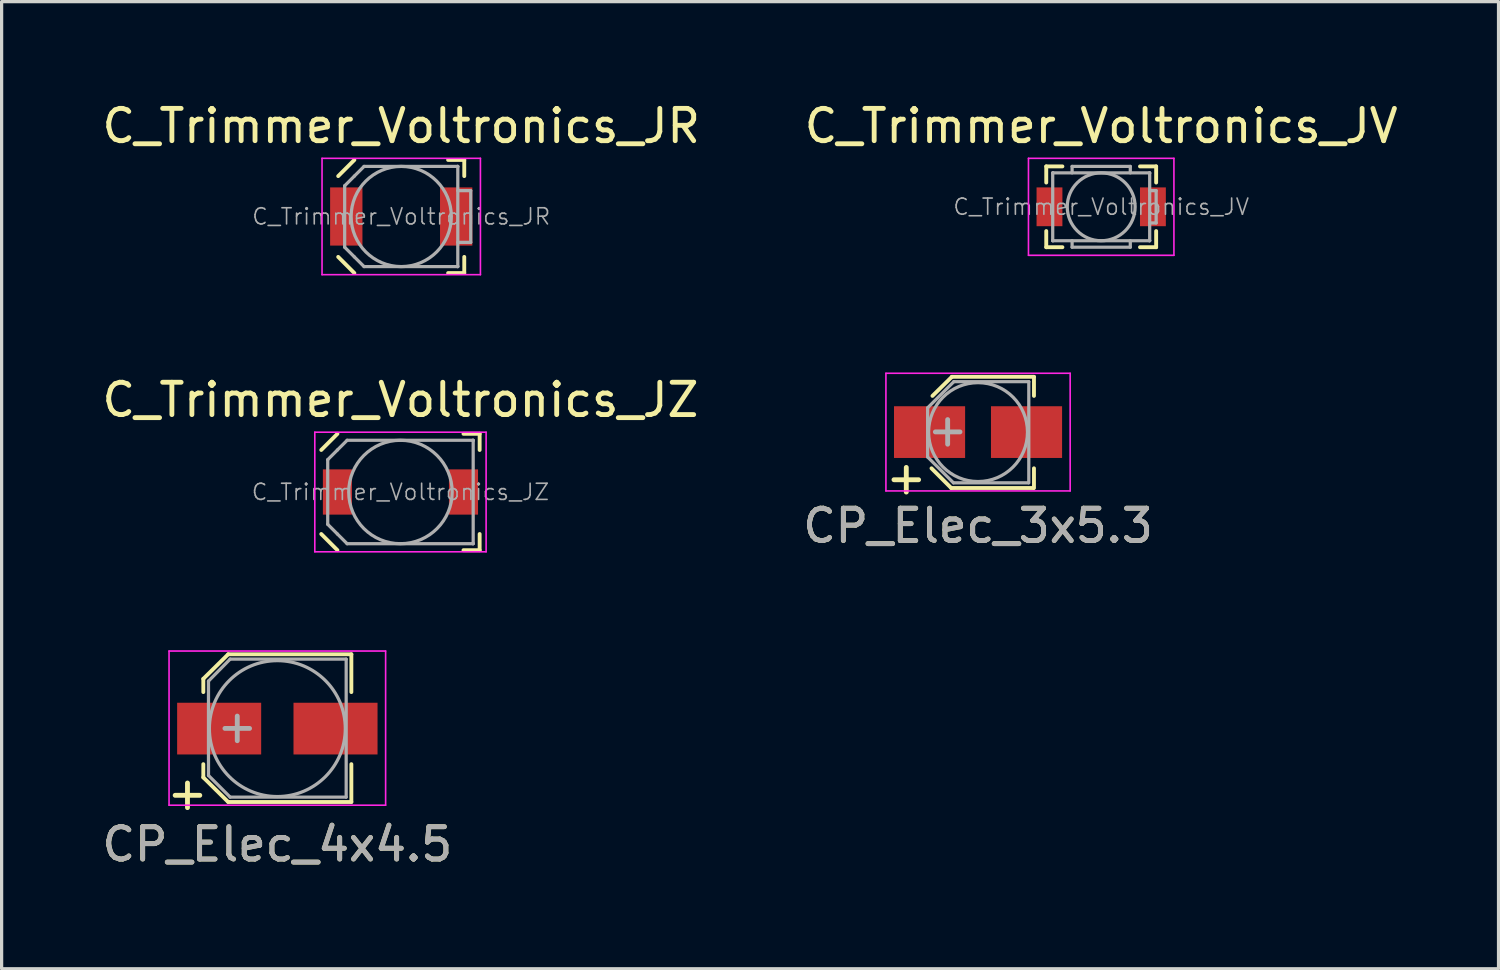
<source format=kicad_pcb>
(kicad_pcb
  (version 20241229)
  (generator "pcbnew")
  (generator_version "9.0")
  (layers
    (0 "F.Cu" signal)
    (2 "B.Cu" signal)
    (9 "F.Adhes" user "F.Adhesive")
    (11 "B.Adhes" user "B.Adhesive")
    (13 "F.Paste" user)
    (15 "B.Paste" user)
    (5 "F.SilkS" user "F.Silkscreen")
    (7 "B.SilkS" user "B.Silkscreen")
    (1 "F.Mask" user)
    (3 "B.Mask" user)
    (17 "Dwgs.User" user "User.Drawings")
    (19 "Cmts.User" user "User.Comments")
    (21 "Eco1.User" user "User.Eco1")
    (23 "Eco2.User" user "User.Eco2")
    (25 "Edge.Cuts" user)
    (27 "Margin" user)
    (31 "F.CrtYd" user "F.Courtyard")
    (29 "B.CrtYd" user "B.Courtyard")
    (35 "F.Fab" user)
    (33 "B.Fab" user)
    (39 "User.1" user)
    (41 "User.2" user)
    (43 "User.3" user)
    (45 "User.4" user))
  (footprint "C_Trimmer_Voltronics_JZ"
    (layer "F.Cu")
    (at 9.339 12.171)
    (property "Reference" "C_Trimmer_Voltronics_JZ" (at 0 -2.85 0) (layer "F.SilkS") (effects (font (size 1 1) (thickness 0.15))))
    (attr smd)
    (fp_line (start -2.45 -1.3) (end -1.95 -1.8) (stroke (width 0.12) (type solid)) (layer "F.SilkS"))
    (fp_line (start -2.45 1.3) (end -1.95 1.8) (stroke (width 0.12) (type solid)) (layer "F.SilkS"))
    (fp_line (start 2.45 -1.8) (end 1.95 -1.8) (stroke (width 0.12) (type solid)) (layer "F.SilkS"))
    (fp_line (start 2.45 -1.8) (end 2.45 -1.3) (stroke (width 0.12) (type solid)) (layer "F.SilkS"))
    (fp_line (start 2.45 1.8) (end 1.95 1.8) (stroke (width 0.12) (type solid)) (layer "F.SilkS"))
    (fp_line (start 2.45 1.8) (end 2.45 1.3) (stroke (width 0.12) (type solid)) (layer "F.SilkS"))
    (fp_line (start -2.65 -1.85) (end -2.65 1.85) (stroke (width 0.05) (type solid)) (layer "F.CrtYd"))
    (fp_line (start -2.65 1.85) (end 2.65 1.85) (stroke (width 0.05) (type solid)) (layer "F.CrtYd"))
    (fp_line (start 2.65 -1.85) (end -2.65 -1.85) (stroke (width 0.05) (type solid)) (layer "F.CrtYd"))
    (fp_line (start 2.65 1.85) (end 2.65 -1.85) (stroke (width 0.05) (type solid)) (layer "F.CrtYd"))
    (fp_line (start -2.25 -1) (end -1.95 -1.3) (stroke (width 0.1) (type solid)) (layer "F.Fab"))
    (fp_line (start -2.25 1) (end -2.25 -1) (stroke (width 0.1) (type solid)) (layer "F.Fab"))
    (fp_line (start -1.95 -1.3) (end -1.65 -1.6) (stroke (width 0.1) (type solid)) (layer "F.Fab"))
    (fp_line (start -1.95 1.3) (end -2.25 1) (stroke (width 0.1) (type solid)) (layer "F.Fab"))
    (fp_line (start -1.65 -1.6) (end 2.24 -1.6) (stroke (width 0.1) (type solid)) (layer "F.Fab"))
    (fp_line (start -1.65 1.6) (end -1.95 1.3) (stroke (width 0.1) (type solid)) (layer "F.Fab"))
    (fp_line (start 2.24 -1.6) (end 2.25 -1.6) (stroke (width 0.1) (type solid)) (layer "F.Fab"))
    (fp_line (start 2.24 1.6) (end -1.65 1.6) (stroke (width 0.1) (type solid)) (layer "F.Fab"))
    (fp_line (start 2.25 -1.6) (end 2.25 -1.59) (stroke (width 0.1) (type solid)) (layer "F.Fab"))
    (fp_line (start 2.25 -1.59) (end 2.25 1.59) (stroke (width 0.1) (type solid)) (layer "F.Fab"))
    (fp_line (start 2.25 1.59) (end 2.25 1.6) (stroke (width 0.1) (type solid)) (layer "F.Fab"))
    (fp_line (start 2.25 1.6) (end 2.24 1.6) (stroke (width 0.1) (type solid)) (layer "F.Fab"))
    (fp_circle (center 0 0) (end 1.6 0) (stroke (width 0.1) (type solid)) (fill no) (layer "F.Fab"))
    (fp_text user "${REFERENCE}" (at 0 0 0) (layer "F.Fab") (effects (font (size 0.5 0.5) (thickness 0.05))))
    (pad "1" smd rect (at -1.95 0) (size 0.9 1.4) (layers "F.Cu" "F.Mask" "F.Paste"))
    (pad "2" smd rect (at 1.95 0) (size 0.9 1.4) (layers "F.Cu" "F.Mask" "F.Paste")))
  (footprint "C_Trimmer_Voltronics_JR"
    (layer "F.Cu")
    (at 9.363 3.648)
    (property "Reference" "C_Trimmer_Voltronics_JR" (at 0 -2.8 0) (layer "F.SilkS") (effects (font (size 1 1) (thickness 0.15))))
    (attr smd)
    (fp_line (start -1.95 -1.25) (end -1.45 -1.75) (stroke (width 0.12) (type solid)) (layer "F.SilkS"))
    (fp_line (start -1.95 1.25) (end -1.45 1.75) (stroke (width 0.12) (type solid)) (layer "F.SilkS"))
    (fp_line (start 1.95 -1.75) (end 1.45 -1.75) (stroke (width 0.12) (type solid)) (layer "F.SilkS"))
    (fp_line (start 1.95 -1.75) (end 1.95 -1.25) (stroke (width 0.12) (type solid)) (layer "F.SilkS"))
    (fp_line (start 1.95 1.75) (end 1.45 1.75) (stroke (width 0.12) (type solid)) (layer "F.SilkS"))
    (fp_line (start 1.95 1.75) (end 1.95 1.25) (stroke (width 0.12) (type solid)) (layer "F.SilkS"))
    (fp_line (start -2.45 -1.8) (end -2.45 1.8) (stroke (width 0.05) (type solid)) (layer "F.CrtYd"))
    (fp_line (start -2.45 1.8) (end 2.45 1.8) (stroke (width 0.05) (type solid)) (layer "F.CrtYd"))
    (fp_line (start 2.45 -1.8) (end -2.45 -1.8) (stroke (width 0.05) (type solid)) (layer "F.CrtYd"))
    (fp_line (start 2.45 1.8) (end 2.45 -1.8) (stroke (width 0.05) (type solid)) (layer "F.CrtYd"))
    (fp_line (start -1.75 -0.95) (end -1.45 -1.25) (stroke (width 0.1) (type solid)) (layer "F.Fab"))
    (fp_line (start -1.75 0.95) (end -1.75 -0.95) (stroke (width 0.1) (type solid)) (layer "F.Fab"))
    (fp_line (start -1.45 -1.25) (end -1.15 -1.55) (stroke (width 0.1) (type solid)) (layer "F.Fab"))
    (fp_line (start -1.45 1.25) (end -1.75 0.95) (stroke (width 0.1) (type solid)) (layer "F.Fab"))
    (fp_line (start -1.15 -1.55) (end 1.74 -1.55) (stroke (width 0.1) (type solid)) (layer "F.Fab"))
    (fp_line (start -1.15 1.55) (end -1.45 1.25) (stroke (width 0.1) (type solid)) (layer "F.Fab"))
    (fp_line (start 1.74 -1.55) (end 1.75 -1.55) (stroke (width 0.1) (type solid)) (layer "F.Fab"))
    (fp_line (start 1.74 1.55) (end -1.15 1.55) (stroke (width 0.1) (type solid)) (layer "F.Fab"))
    (fp_line (start 1.75 -1.55) (end 1.75 -1.54) (stroke (width 0.1) (type solid)) (layer "F.Fab"))
    (fp_line (start 1.75 -1.54) (end 1.75 1.54) (stroke (width 0.1) (type solid)) (layer "F.Fab"))
    (fp_line (start 1.75 -0.8) (end 2.15 -0.8) (stroke (width 0.1) (type solid)) (layer "F.Fab"))
    (fp_line (start 1.75 1.54) (end 1.75 1.55) (stroke (width 0.1) (type solid)) (layer "F.Fab"))
    (fp_line (start 1.75 1.55) (end 1.74 1.55) (stroke (width 0.1) (type solid)) (layer "F.Fab"))
    (fp_line (start 2.15 -0.8) (end 2.15 0.8) (stroke (width 0.1) (type solid)) (layer "F.Fab"))
    (fp_line (start 2.15 0.8) (end 1.75 0.8) (stroke (width 0.1) (type solid)) (layer "F.Fab"))
    (fp_circle (center 0 0) (end 1.55 0) (stroke (width 0.1) (type solid)) (fill no) (layer "F.Fab"))
    (fp_text user "${REFERENCE}" (at 0 0 0) (layer "F.Fab") (effects (font (size 0.5 0.5) (thickness 0.05))))
    (pad "1" smd rect (at -1.7 0) (size 1 1.8) (layers "F.Cu" "F.Mask" "F.Paste"))
    (pad "2" smd rect (at 1.7 0) (size 1 1.8) (layers "F.Cu" "F.Mask" "F.Paste")))
  (footprint "C_Trimmer_Voltronics_JV"
    (layer "F.Cu")
    (at 31.018 3.348)
    (property "Reference" "C_Trimmer_Voltronics_JV" (at 0 -2.5 0) (layer "F.SilkS") (effects (font (size 1 1) (thickness 0.15))))
    (attr smd)
    (fp_line (start -1.7 -1.25) (end -1.7 -0.75) (stroke (width 0.12) (type solid)) (layer "F.SilkS"))
    (fp_line (start -1.7 -1.25) (end -1.2 -1.25) (stroke (width 0.12) (type solid)) (layer "F.SilkS"))
    (fp_line (start -1.7 1.25) (end -1.7 0.75) (stroke (width 0.12) (type solid)) (layer "F.SilkS"))
    (fp_line (start -1.7 1.25) (end -1.2 1.25) (stroke (width 0.12) (type solid)) (layer "F.SilkS"))
    (fp_line (start 1.7 -1.25) (end 1.2 -1.25) (stroke (width 0.12) (type solid)) (layer "F.SilkS"))
    (fp_line (start 1.7 -1.25) (end 1.7 -0.75) (stroke (width 0.12) (type solid)) (layer "F.SilkS"))
    (fp_line (start 1.7 1.25) (end 1.2 1.25) (stroke (width 0.12) (type solid)) (layer "F.SilkS"))
    (fp_line (start 1.7 1.25) (end 1.7 0.75) (stroke (width 0.12) (type solid)) (layer "F.SilkS"))
    (fp_line (start -2.25 -1.5) (end -2.25 1.5) (stroke (width 0.05) (type solid)) (layer "F.CrtYd"))
    (fp_line (start -2.25 1.5) (end 2.25 1.5) (stroke (width 0.05) (type solid)) (layer "F.CrtYd"))
    (fp_line (start 2.25 -1.5) (end -2.25 -1.5) (stroke (width 0.05) (type solid)) (layer "F.CrtYd"))
    (fp_line (start 2.25 1.5) (end 2.25 -1.5) (stroke (width 0.05) (type solid)) (layer "F.CrtYd"))
    (fp_line (start -1.5 -1.05) (end -1.49 -1.05) (stroke (width 0.1) (type solid)) (layer "F.Fab"))
    (fp_line (start -1.5 -1.04) (end -1.5 -1.05) (stroke (width 0.1) (type solid)) (layer "F.Fab"))
    (fp_line (start -1.5 1.04) (end -1.5 -1.04) (stroke (width 0.1) (type solid)) (layer "F.Fab"))
    (fp_line (start -1.5 1.05) (end -1.5 1.04) (stroke (width 0.1) (type solid)) (layer "F.Fab"))
    (fp_line (start -1.49 -1.05) (end 1.49 -1.05) (stroke (width 0.1) (type solid)) (layer "F.Fab"))
    (fp_line (start -1.49 1.05) (end -1.5 1.05) (stroke (width 0.1) (type solid)) (layer "F.Fab"))
    (fp_line (start -0.9 -1.25) (end 0.9 -1.25) (stroke (width 0.1) (type solid)) (layer "F.Fab"))
    (fp_line (start -0.9 -1.05) (end -0.9 -1.25) (stroke (width 0.1) (type solid)) (layer "F.Fab"))
    (fp_line (start -0.9 1.05) (end -0.9 1.25) (stroke (width 0.1) (type solid)) (layer "F.Fab"))
    (fp_line (start -0.9 1.25) (end 0.9 1.25) (stroke (width 0.1) (type solid)) (layer "F.Fab"))
    (fp_line (start 0.9 -1.25) (end 0.9 -1.05) (stroke (width 0.1) (type solid)) (layer "F.Fab"))
    (fp_line (start 0.9 1.25) (end 0.9 1.05) (stroke (width 0.1) (type solid)) (layer "F.Fab"))
    (fp_line (start 1.49 -1.05) (end 1.5 -1.05) (stroke (width 0.1) (type solid)) (layer "F.Fab"))
    (fp_line (start 1.49 1.05) (end -1.49 1.05) (stroke (width 0.1) (type solid)) (layer "F.Fab"))
    (fp_line (start 1.5 -1.05) (end 1.5 -1.04) (stroke (width 0.1) (type solid)) (layer "F.Fab"))
    (fp_line (start 1.5 -1.04) (end 1.5 1.04) (stroke (width 0.1) (type solid)) (layer "F.Fab"))
    (fp_line (start 1.5 -0.5) (end 1.7 -0.5) (stroke (width 0.1) (type solid)) (layer "F.Fab"))
    (fp_line (start 1.5 1.04) (end 1.5 1.05) (stroke (width 0.1) (type solid)) (layer "F.Fab"))
    (fp_line (start 1.5 1.05) (end 1.49 1.05) (stroke (width 0.1) (type solid)) (layer "F.Fab"))
    (fp_line (start 1.7 -0.5) (end 1.7 0.5) (stroke (width 0.1) (type solid)) (layer "F.Fab"))
    (fp_line (start 1.7 0.5) (end 1.5 0.5) (stroke (width 0.1) (type solid)) (layer "F.Fab"))
    (fp_circle (center 0 0) (end 1.05 0) (stroke (width 0.1) (type solid)) (fill no) (layer "F.Fab"))
    (fp_text user "${REFERENCE}" (at 0 0 0) (layer "F.Fab") (effects (font (size 0.5 0.5) (thickness 0.05))))
    (pad "1" smd rect (at -1.6 0) (size 0.8 1.2) (layers "F.Cu" "F.Mask" "F.Paste"))
    (pad "2" smd rect (at 1.6 0) (size 0.8 1.2) (layers "F.Cu" "F.Mask" "F.Paste")))
  (footprint "CP_Elec_3x5.3"
    (layer "F.Cu")
    (at 27.208 10.318)
    (property "Reference" "CP_Elec_3x5.3" (at 0 2.9 0) (layer "F.SilkS") (effects (font (size 1 1) (thickness 0.15))))
    (attr smd)
    (fp_line (start -0.83 1.73) (end -1.44 1.12) (stroke (width 0.12) (type solid)) (layer "F.SilkS"))
    (fp_line (start -0.83 1.73) (end 1.71 1.73) (stroke (width 0.12) (type solid)) (layer "F.SilkS"))
    (fp_line (start -0.81 -1.71) (end -1.41 -1.12) (stroke (width 0.12) (type solid)) (layer "F.SilkS"))
    (fp_line (start 1.73 -1.71) (end -0.81 -1.71) (stroke (width 0.12) (type solid)) (layer "F.SilkS"))
    (fp_line (start 1.73 -1.71) (end 1.73 -1.12) (stroke (width 0.12) (type solid)) (layer "F.SilkS"))
    (fp_line (start 1.73 1.73) (end 1.73 1.12) (stroke (width 0.12) (type solid)) (layer "F.SilkS"))
    (fp_line (start -2.85 -1.82) (end -2.85 1.82) (stroke (width 0.05) (type solid)) (layer "F.CrtYd"))
    (fp_line (start -2.85 -1.82) (end 2.85 -1.82) (stroke (width 0.05) (type solid)) (layer "F.CrtYd"))
    (fp_line (start 2.85 1.82) (end -2.85 1.82) (stroke (width 0.05) (type solid)) (layer "F.CrtYd"))
    (fp_line (start 2.85 1.82) (end 2.85 -1.82) (stroke (width 0.05) (type solid)) (layer "F.CrtYd"))
    (fp_line (start -1.56 -0.75) (end -1.56 0.77) (stroke (width 0.1) (type solid)) (layer "F.Fab"))
    (fp_line (start -0.76 1.57) (end -1.56 0.77) (stroke (width 0.1) (type solid)) (layer "F.Fab"))
    (fp_line (start -0.75 -1.56) (end -1.56 -0.75) (stroke (width 0.1) (type solid)) (layer "F.Fab"))
    (fp_line (start 1.56 1.57) (end -0.76 1.57) (stroke (width 0.1) (type solid)) (layer "F.Fab"))
    (fp_line (start 1.57 -1.56) (end -0.75 -1.56) (stroke (width 0.1) (type solid)) (layer "F.Fab"))
    (fp_line (start 1.57 1.57) (end 1.57 -1.56) (stroke (width 0.1) (type solid)) (layer "F.Fab"))
    (fp_circle (center 0 0) (end 0.3 1.5) (stroke (width 0.1) (type solid)) (fill no) (layer "F.Fab"))
    (fp_text user "+" (at -2.22 1.4 0) (layer "F.SilkS") (effects (font (size 1 1) (thickness 0.15))))
    (fp_text user "${REFERENCE}" (at 0 2.9 0) (layer "F.Fab") (effects (font (size 1 1) (thickness 0.15))))
    (fp_text user "+" (at -0.94 -0.08 0) (layer "F.Fab") (effects (font (size 1 1) (thickness 0.15))))
    (pad "1" smd rect (at -1.5 0) (size 2.2 1.6) (layers "F.Cu" "F.Mask" "F.Paste"))
    (pad "2" smd rect (at 1.5 0) (size 2.2 1.6) (layers "F.Cu" "F.Mask" "F.Paste")))
  (footprint "CP_Elec_4x4.5"
    (layer "F.Cu")
    (at 5.53 19.491)
    (property "Reference" "CP_Elec_4x4.5" (at 0 3.58 180) (layer "F.SilkS") (effects (font (size 1 1) (thickness 0.15))))
    (attr smd)
    (fp_line (start -2.29 -1.54) (end -2.29 -1.13) (stroke (width 0.12) (type solid)) (layer "F.SilkS"))
    (fp_line (start -2.29 1.51) (end -2.29 1.1) (stroke (width 0.12) (type solid)) (layer "F.SilkS"))
    (fp_line (start -1.52 -2.3) (end -2.29 -1.54) (stroke (width 0.12) (type solid)) (layer "F.SilkS"))
    (fp_line (start -1.52 -2.3) (end 2.29 -2.3) (stroke (width 0.12) (type solid)) (layer "F.SilkS"))
    (fp_line (start -1.52 2.27) (end -2.29 1.51) (stroke (width 0.12) (type solid)) (layer "F.SilkS"))
    (fp_line (start -1.52 2.27) (end 2.29 2.27) (stroke (width 0.12) (type solid)) (layer "F.SilkS"))
    (fp_line (start 2.29 -2.3) (end 2.29 -1.13) (stroke (width 0.12) (type solid)) (layer "F.SilkS"))
    (fp_line (start 2.29 2.27) (end 2.29 1.1) (stroke (width 0.12) (type solid)) (layer "F.SilkS"))
    (fp_line (start -3.35 -2.4) (end -3.35 2.37) (stroke (width 0.05) (type solid)) (layer "F.CrtYd"))
    (fp_line (start -3.35 -2.4) (end 3.35 -2.4) (stroke (width 0.05) (type solid)) (layer "F.CrtYd"))
    (fp_line (start 3.35 2.37) (end -3.35 2.37) (stroke (width 0.05) (type solid)) (layer "F.CrtYd"))
    (fp_line (start 3.35 2.37) (end 3.35 -2.4) (stroke (width 0.05) (type solid)) (layer "F.CrtYd"))
    (fp_line (start -2.13 -1.47) (end -2.13 1.45) (stroke (width 0.1) (type solid)) (layer "F.Fab"))
    (fp_line (start -2.13 1.45) (end -1.46 2.12) (stroke (width 0.1) (type solid)) (layer "F.Fab"))
    (fp_line (start -1.46 -2.15) (end -2.13 -1.47) (stroke (width 0.1) (type solid)) (layer "F.Fab"))
    (fp_line (start -1.46 2.12) (end 2.13 2.12) (stroke (width 0.1) (type solid)) (layer "F.Fab"))
    (fp_line (start 2.13 -2.15) (end -1.46 -2.15) (stroke (width 0.1) (type solid)) (layer "F.Fab"))
    (fp_line (start 2.13 2.12) (end 2.13 -2.15) (stroke (width 0.1) (type solid)) (layer "F.Fab"))
    (fp_circle (center 0 0) (end 0.1 2.1) (stroke (width 0.1) (type solid)) (fill no) (layer "F.Fab"))
    (fp_text user "+" (at -2.78 1.99 180) (layer "F.SilkS") (effects (font (size 1 1) (thickness 0.15))))
    (fp_text user "${REFERENCE}" (at 0 3.58 180) (layer "F.Fab") (effects (font (size 1 1) (thickness 0.15))))
    (fp_text user "+" (at -1.24 -0.08 0) (layer "F.Fab") (effects (font (size 1 1) (thickness 0.15))))
    (pad "1" smd rect (at -1.8 0 180) (size 2.6 1.6) (layers "F.Cu" "F.Mask" "F.Paste"))
    (pad "2" smd rect (at 1.8 0 180) (size 2.6 1.6) (layers "F.Cu" "F.Mask" "F.Paste")))
  (gr_rect
    (start -3 -3)
    (end 43.31 26.92)
    (stroke (width 0.1) (type default))
    (fill no)
    (layer "Edge.Cuts")))
</source>
